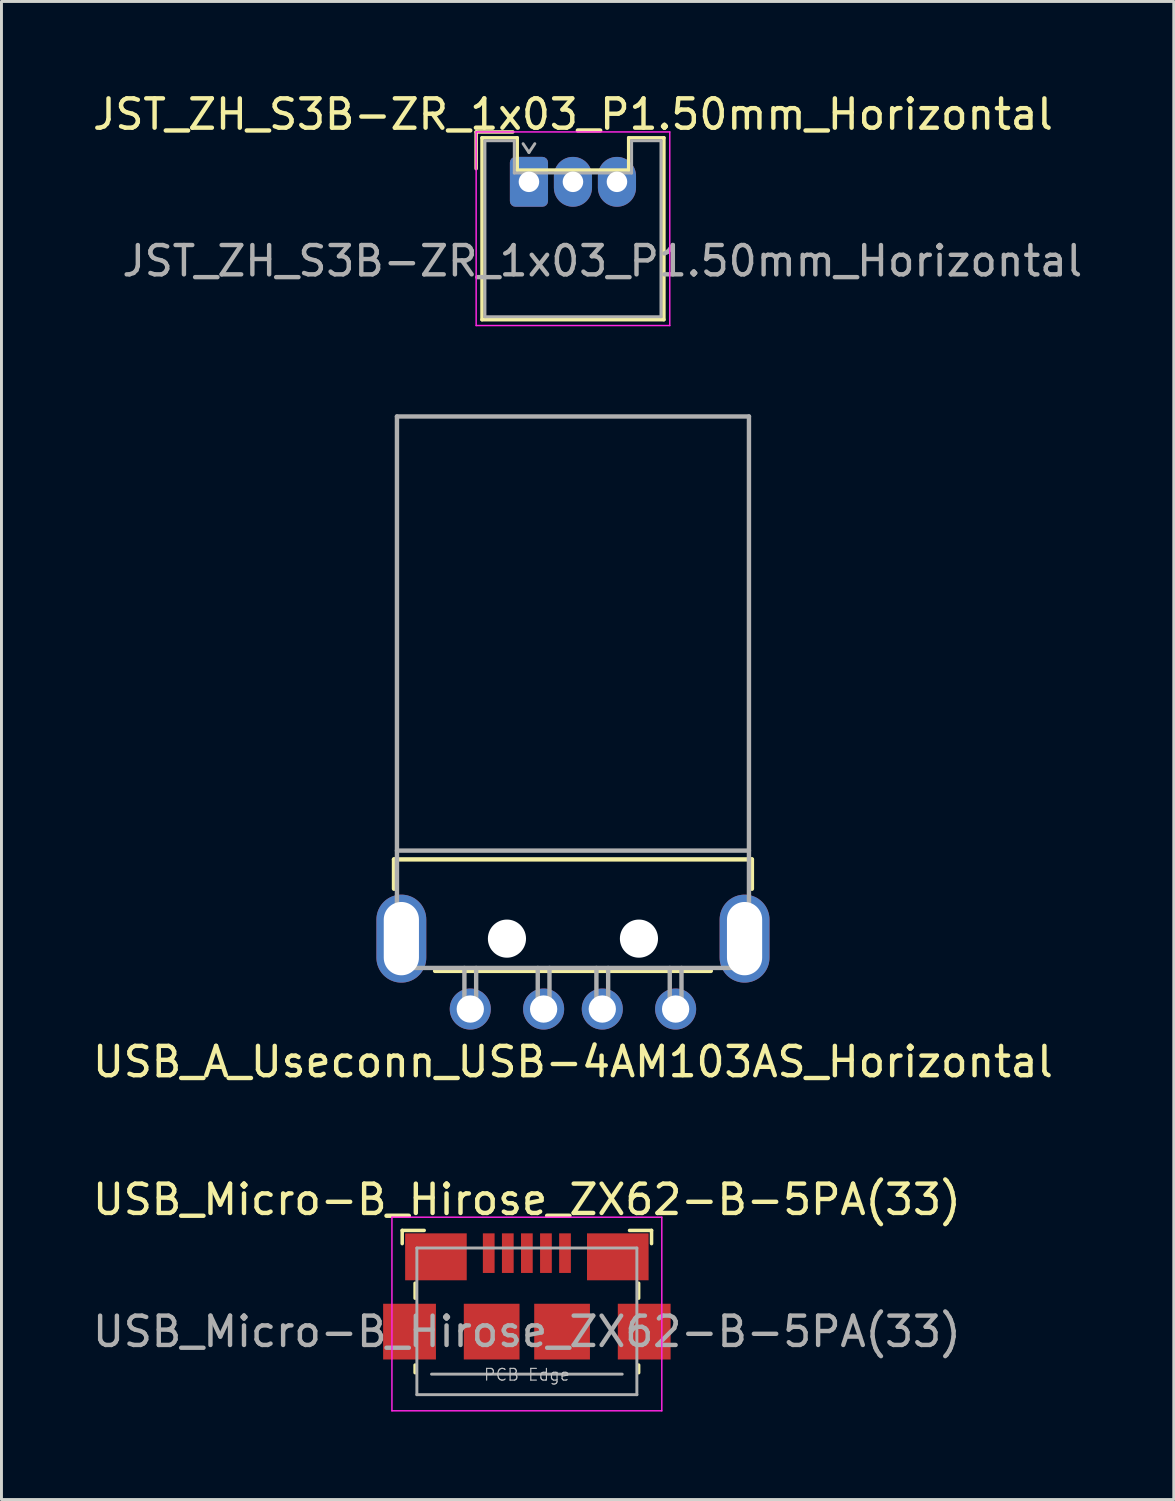
<source format=kicad_pcb>
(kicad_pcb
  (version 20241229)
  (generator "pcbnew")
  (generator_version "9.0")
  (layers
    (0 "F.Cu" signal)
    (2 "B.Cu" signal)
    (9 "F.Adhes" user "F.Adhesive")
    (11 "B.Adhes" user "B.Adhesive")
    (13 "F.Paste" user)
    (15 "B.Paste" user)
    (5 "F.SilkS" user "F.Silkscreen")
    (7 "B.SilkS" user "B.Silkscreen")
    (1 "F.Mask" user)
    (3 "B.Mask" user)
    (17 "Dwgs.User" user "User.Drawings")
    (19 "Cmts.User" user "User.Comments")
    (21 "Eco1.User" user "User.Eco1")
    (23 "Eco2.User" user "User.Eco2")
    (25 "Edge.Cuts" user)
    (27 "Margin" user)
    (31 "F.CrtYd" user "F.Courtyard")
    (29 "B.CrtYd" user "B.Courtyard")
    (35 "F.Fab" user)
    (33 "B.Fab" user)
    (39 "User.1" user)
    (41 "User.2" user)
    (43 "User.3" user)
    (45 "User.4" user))
  (footprint "JST_ZH_S3B-ZR_1x03_P1.50mm_Horizontal"
    (layer "F.Cu")
    (at 14.982 3.148)
    (property "Reference" "JST_ZH_S3B-ZR_1x03_P1.50mm_Horizontal" (at 1.5 -2.3 0) (layer "F.SilkS") (effects (font (size 1 1) (thickness 0.15))))
    (attr through_hole)
    (fp_line (start -1.8 -1.7) (end -1.8 -0.45) (stroke (width 0.12) (type solid)) (layer "F.SilkS"))
    (fp_line (start -1.6 -1.5) (end -1.6 4.7) (stroke (width 0.12) (type solid)) (layer "F.SilkS"))
    (fp_line (start -1.6 4.7) (end 4.6 4.7) (stroke (width 0.12) (type solid)) (layer "F.SilkS"))
    (fp_line (start -0.55 -1.7) (end -1.8 -1.7) (stroke (width 0.12) (type solid)) (layer "F.SilkS"))
    (fp_line (start -0.4 -1.5) (end -1.6 -1.5) (stroke (width 0.12) (type solid)) (layer "F.SilkS"))
    (fp_line (start -0.4 -1.5) (end -0.4 -0.4) (stroke (width 0.12) (type solid)) (layer "F.SilkS"))
    (fp_line (start -0.4 -0.4) (end 3.4 -0.4) (stroke (width 0.12) (type solid)) (layer "F.SilkS"))
    (fp_line (start 3.4 -0.4) (end 3.4 -1.5) (stroke (width 0.12) (type solid)) (layer "F.SilkS"))
    (fp_line (start 4.6 -1.5) (end 3.4 -1.5) (stroke (width 0.12) (type solid)) (layer "F.SilkS"))
    (fp_line (start 4.6 4.7) (end 4.6 -1.5) (stroke (width 0.12) (type solid)) (layer "F.SilkS"))
    (fp_line (start -1.8 -1.7) (end -1.8 4.9) (stroke (width 0.05) (type solid)) (layer "F.CrtYd"))
    (fp_line (start -1.8 4.9) (end 4.8 4.9) (stroke (width 0.05) (type solid)) (layer "F.CrtYd"))
    (fp_line (start 4.8 -1.7) (end -1.8 -1.7) (stroke (width 0.05) (type solid)) (layer "F.CrtYd"))
    (fp_line (start 4.8 4.9) (end 4.8 -1.7) (stroke (width 0.05) (type solid)) (layer "F.CrtYd"))
    (fp_line (start -1.5 -1.4) (end -1.5 4.6) (stroke (width 0.1) (type solid)) (layer "F.Fab"))
    (fp_line (start -1.5 4.6) (end 4.5 4.6) (stroke (width 0.1) (type solid)) (layer "F.Fab"))
    (fp_line (start -0.5 -1.4) (end -1.5 -1.4) (stroke (width 0.1) (type solid)) (layer "F.Fab"))
    (fp_line (start -0.5 -1.4) (end -0.5 -0.3) (stroke (width 0.1) (type solid)) (layer "F.Fab"))
    (fp_line (start -0.5 -0.3) (end 3.5 -0.3) (stroke (width 0.1) (type solid)) (layer "F.Fab"))
    (fp_line (start -0.2 -1.3) (end 0 -1) (stroke (width 0.1) (type solid)) (layer "F.Fab"))
    (fp_line (start 0 -1) (end 0.2 -1.3) (stroke (width 0.1) (type solid)) (layer "F.Fab"))
    (fp_line (start 3.5 -0.3) (end 3.5 -1.4) (stroke (width 0.1) (type solid)) (layer "F.Fab"))
    (fp_line (start 4.5 -1.4) (end 3.5 -1.4) (stroke (width 0.1) (type solid)) (layer "F.Fab"))
    (fp_line (start 4.5 4.6) (end 4.5 -1.4) (stroke (width 0.1) (type solid)) (layer "F.Fab"))
    (fp_text user "${REFERENCE}" (at 2.5 2.7 0) (layer "F.Fab") (effects (font (size 1 1) (thickness 0.15))))
    (pad "1" thru_hole roundrect (at 0 0) (size 1.3 1.7) (drill 0.7) (layers "*.Cu" "*.Mask") (roundrect_rratio 0.147))
    (pad "2" thru_hole oval (at 1.5 0) (size 1.3 1.7) (drill 0.7) (layers "*.Cu" "*.Mask"))
    (pad "3" thru_hole oval (at 3 0) (size 1.3 1.7) (drill 0.7) (layers "*.Cu" "*.Mask")))
  (footprint "USB_A_Useconn_USB-4AM103AS_Horizontal"
    (layer "F.Cu")
    (at 16.482 31.348)
    (property "Reference" "USB_A_Useconn_USB-4AM103AS_Horizontal" (at 0 1.8 0) (layer "F.SilkS") (effects (font (size 1 1) (thickness 0.15))))
    (attr through_hole)
    (fp_line (start -6.1 -5.1) (end -6.1 -4.1) (stroke (width 0.15) (type solid)) (layer "F.SilkS"))
    (fp_line (start -6.1 -5.1) (end 6.1 -5.1) (stroke (width 0.15) (type solid)) (layer "F.SilkS"))
    (fp_line (start -4.7 -1.3) (end 4.7 -1.3) (stroke (width 0.15) (type solid)) (layer "F.SilkS"))
    (fp_line (start 6.1 -5.1) (end 6.1 -4.1) (stroke (width 0.15) (type solid)) (layer "F.SilkS"))
    (fp_line (start -6 -20.2) (end -6 -1.4) (stroke (width 0.15) (type solid)) (layer "F.Fab"))
    (fp_line (start -6 -20.2) (end 6 -20.2) (stroke (width 0.15) (type solid)) (layer "F.Fab"))
    (fp_line (start -6 -5.4) (end 6 -5.4) (stroke (width 0.15) (type solid)) (layer "F.Fab"))
    (fp_line (start -6 -1.4) (end 6 -1.4) (stroke (width 0.15) (type solid)) (layer "F.Fab"))
    (fp_line (start -3.7 0.1) (end -3.7 -1.4) (stroke (width 0.15) (type solid)) (layer "F.Fab"))
    (fp_line (start -3.3 -1.4) (end -3.3 0.1) (stroke (width 0.15) (type solid)) (layer "F.Fab"))
    (fp_line (start -3.3 0.1) (end -3.7 0.1) (stroke (width 0.15) (type solid)) (layer "F.Fab"))
    (fp_line (start -1.2 -1.4) (end -1.2 0.1) (stroke (width 0.15) (type solid)) (layer "F.Fab"))
    (fp_line (start -1.2 0.1) (end -0.8 0.1) (stroke (width 0.15) (type solid)) (layer "F.Fab"))
    (fp_line (start -0.8 0.1) (end -0.8 -1.4) (stroke (width 0.15) (type solid)) (layer "F.Fab"))
    (fp_line (start 0.8 -1.4) (end 0.8 0.1) (stroke (width 0.15) (type solid)) (layer "F.Fab"))
    (fp_line (start 0.8 0.1) (end 1.2 0.1) (stroke (width 0.15) (type solid)) (layer "F.Fab"))
    (fp_line (start 1.2 0.1) (end 1.2 -1.4) (stroke (width 0.15) (type solid)) (layer "F.Fab"))
    (fp_line (start 3.3 -1.4) (end 3.3 0.1) (stroke (width 0.15) (type solid)) (layer "F.Fab"))
    (fp_line (start 3.3 0.1) (end 3.7 0.1) (stroke (width 0.15) (type solid)) (layer "F.Fab"))
    (fp_line (start 3.7 0.1) (end 3.7 -1.4) (stroke (width 0.15) (type solid)) (layer "F.Fab"))
    (fp_line (start 6 -20.2) (end 6 -1.4) (stroke (width 0.15) (type solid)) (layer "F.Fab"))
    (pad "" np_thru_hole circle (at -2.25 -2.4 270) (size 1.3 1.3) (drill 1.3) (layers "*.Cu" "*.Mask"))
    (pad "" np_thru_hole circle (at 2.25 -2.4 270) (size 1.3 1.3) (drill 1.3) (layers "*.Cu" "*.Mask"))
    (pad "1" thru_hole circle (at -3.5 0 270) (size 1.4 1.4) (drill 0.93) (layers "*.Cu" "*.Mask"))
    (pad "2" thru_hole circle (at -1 0 270) (size 1.4 1.4) (drill 0.93) (layers "*.Cu" "*.Mask"))
    (pad "3" thru_hole circle (at 1 0 270) (size 1.4 1.4) (drill 0.93) (layers "*.Cu" "*.Mask"))
    (pad "4" thru_hole circle (at 3.5 0 270) (size 1.4 1.4) (drill 0.93) (layers "*.Cu" "*.Mask"))
    (pad "5" thru_hole oval (at -5.85 -2.4 270) (size 3 1.7) (drill oval 2.5 1.2) (layers "*.Cu" "*.Mask"))
    (pad "5" thru_hole oval (at 5.85 -2.4 270) (size 3 1.7) (drill oval 2.5 1.2) (layers "*.Cu" "*.Mask")))
  (footprint "USB_Micro-B_Hirose_ZX62-B-5PA(33)"
    (layer "F.Cu")
    (at 14.911 42.345)
    (property "Reference" "USB_Micro-B_Hirose_ZX62-B-5PA(33)" (at 0 -4.5 180) (layer "F.SilkS") (effects (font (size 1 1) (thickness 0.15))))
    (attr smd)
    (fp_line (start -4.25 -3.45) (end -4.25 -3) (stroke (width 0.12) (type solid)) (layer "F.SilkS"))
    (fp_line (start -4.25 -3.45) (end -3.5 -3.45) (stroke (width 0.12) (type solid)) (layer "F.SilkS"))
    (fp_line (start -3.81 -1.14) (end -3.81 -1.65) (stroke (width 0.12) (type solid)) (layer "F.SilkS"))
    (fp_line (start -3.81 1.4) (end -3.81 1.14) (stroke (width 0.12) (type solid)) (layer "F.SilkS"))
    (fp_line (start 3.5 -3.45) (end 4.25 -3.45) (stroke (width 0.12) (type solid)) (layer "F.SilkS"))
    (fp_line (start 3.81 -1.65) (end 3.81 -1.14) (stroke (width 0.12) (type solid)) (layer "F.SilkS"))
    (fp_line (start 3.81 1.14) (end 3.81 1.4) (stroke (width 0.12) (type solid)) (layer "F.SilkS"))
    (fp_line (start 4.25 -3.45) (end 4.25 -3) (stroke (width 0.12) (type solid)) (layer "F.SilkS"))
    (fp_line (start -4.6 -3.9) (end 4.6 -3.9) (stroke (width 0.05) (type solid)) (layer "F.CrtYd"))
    (fp_line (start -4.6 2.7) (end -4.6 -3.9) (stroke (width 0.05) (type solid)) (layer "F.CrtYd"))
    (fp_line (start 4.6 -3.9) (end 4.6 2.7) (stroke (width 0.05) (type solid)) (layer "F.CrtYd"))
    (fp_line (start 4.6 2.7) (end -4.6 2.7) (stroke (width 0.05) (type solid)) (layer "F.CrtYd"))
    (fp_line (start -3.75 -2.85) (end 3.75 -2.85) (stroke (width 0.1) (type solid)) (layer "F.Fab"))
    (fp_line (start -3.75 2.15) (end -3.75 -2.85) (stroke (width 0.1) (type solid)) (layer "F.Fab"))
    (fp_line (start -3.25 1.45) (end 3.25 1.45) (stroke (width 0.1) (type solid)) (layer "F.Fab"))
    (fp_line (start 3.75 -2.85) (end 3.75 2.15) (stroke (width 0.1) (type solid)) (layer "F.Fab"))
    (fp_line (start 3.75 2.15) (end -3.75 2.15) (stroke (width 0.1) (type solid)) (layer "F.Fab"))
    (fp_text user "PCB Edge" (at 0 1.47 180) (layer "Dwgs.User") (effects (font (size 0.4 0.4) (thickness 0.04))))
    (fp_text user "${REFERENCE}" (at 0 0 0) (layer "F.Fab") (effects (font (size 1 1) (thickness 0.15))))
    (pad "1" smd rect (at -1.3 -2.675) (size 0.4 1.35) (layers "F.Cu" "F.Mask" "F.Paste"))
    (pad "2" smd rect (at -0.65 -2.675) (size 0.4 1.35) (layers "F.Cu" "F.Mask" "F.Paste"))
    (pad "3" smd rect (at 0 -2.675) (size 0.4 1.35) (layers "F.Cu" "F.Mask" "F.Paste"))
    (pad "4" smd rect (at 0.65 -2.675) (size 0.4 1.35) (layers "F.Cu" "F.Mask" "F.Paste"))
    (pad "5" smd rect (at 1.3 -2.675) (size 0.4 1.35) (layers "F.Cu" "F.Mask" "F.Paste"))
    (pad "6" smd rect (at -4 0) (size 1.8 1.9) (layers "F.Cu" "F.Mask" "F.Paste"))
    (pad "6" smd rect (at -3.1 -2.55) (size 2.1 1.6) (layers "F.Cu" "F.Mask" "F.Paste"))
    (pad "6" smd rect (at -1.2 0) (size 1.9 1.9) (layers "F.Cu" "F.Mask" "F.Paste"))
    (pad "6" smd rect (at 1.2 0) (size 1.9 1.9) (layers "F.Cu" "F.Mask" "F.Paste"))
    (pad "6" smd rect (at 3.1 -2.55) (size 2.1 1.6) (layers "F.Cu" "F.Mask" "F.Paste"))
    (pad "6" smd rect (at 4 0) (size 1.8 1.9) (layers "F.Cu" "F.Mask" "F.Paste")))
  (gr_rect
    (start -3 -3)
    (end 36.964 48.07)
    (stroke (width 0.1) (type default))
    (fill no)
    (layer "Edge.Cuts")))
</source>
